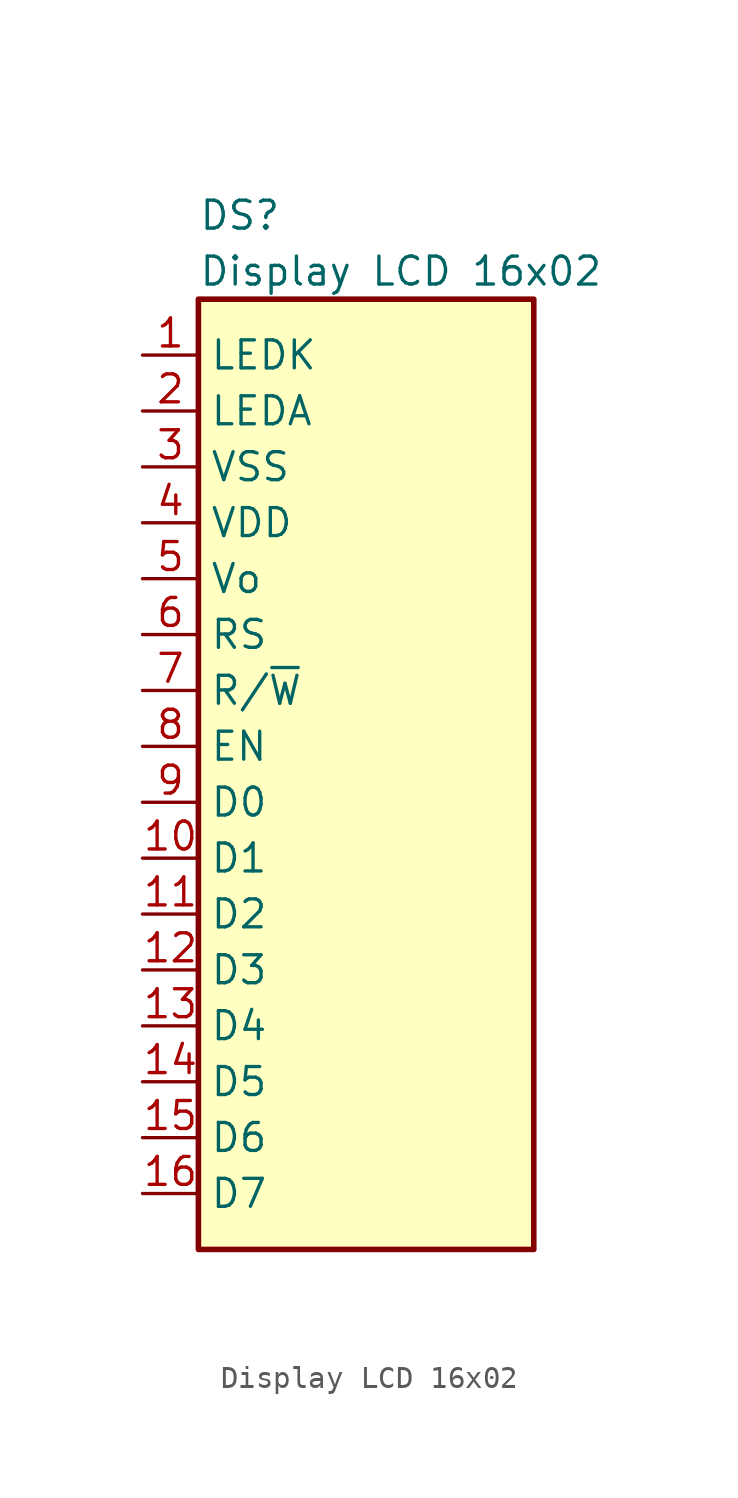
<source format=kicad_sym>
(kicad_symbol_lib
  (version 20220914)
  (generator kicad_symbol_editor)
  (symbol "Display LCD 16x02"
    (property "Reference" "DS"
      (at -7.62 25.4 0)
      (effects (font (size 1.27 1.27)) (justify left)))
    (property "Value" "Display LCD 16x02"
      (at -7.62 22.86 0)
      (effects (font (size 1.27 1.27)) (justify left)))
    (property "Manufacturer" ""
      (at 0 0 0)
      (effects (font (size 1.27 1.27)) (justify left)))
    (property "Manufacturer Part Number" ""
      (at 0 0 0)
      (effects (font (size 1.27 1.27)) (justify left)))
    (symbol "Display LCD 16x02_0_1"
      (rectangle (start -7.62 21.59) (end 7.62 -21.59) (stroke (width 0.254) (type default)) (fill (type background))))
    (symbol "Display LCD 16x02_1_1"
      (pin passive line (at -10.16 19.05 0) (length 2.54) (name "LEDK" (effects (font (size 1.27 1.27)))) (number "1" (effects (font (size 1.27 1.27)))))
      (pin bidirectional line (at -10.16 -3.81 0) (length 2.54) (name "D1" (effects (font (size 1.27 1.27)))) (number "10" (effects (font (size 1.27 1.27)))))
      (pin bidirectional line (at -10.16 -6.35 0) (length 2.54) (name "D2" (effects (font (size 1.27 1.27)))) (number "11" (effects (font (size 1.27 1.27)))))
      (pin bidirectional line (at -10.16 -8.89 0) (length 2.54) (name "D3" (effects (font (size 1.27 1.27)))) (number "12" (effects (font (size 1.27 1.27)))))
      (pin bidirectional line (at -10.16 -11.43 0) (length 2.54) (name "D4" (effects (font (size 1.27 1.27)))) (number "13" (effects (font (size 1.27 1.27)))))
      (pin bidirectional line (at -10.16 -13.97 0) (length 2.54) (name "D5" (effects (font (size 1.27 1.27)))) (number "14" (effects (font (size 1.27 1.27)))))
      (pin bidirectional line (at -10.16 -16.51 0) (length 2.54) (name "D6" (effects (font (size 1.27 1.27)))) (number "15" (effects (font (size 1.27 1.27)))))
      (pin bidirectional line (at -10.16 -19.05 0) (length 2.54) (name "D7" (effects (font (size 1.27 1.27)))) (number "16" (effects (font (size 1.27 1.27)))))
      (pin passive line (at -10.16 16.51 0) (length 2.54) (name "LEDA" (effects (font (size 1.27 1.27)))) (number "2" (effects (font (size 1.27 1.27)))))
      (pin power_in line (at -10.16 13.97 0) (length 2.54) (name "VSS" (effects (font (size 1.27 1.27)))) (number "3" (effects (font (size 1.27 1.27)))))
      (pin power_in line (at -10.16 11.43 0) (length 2.54) (name "VDD" (effects (font (size 1.27 1.27)))) (number "4" (effects (font (size 1.27 1.27)))))
      (pin input line (at -10.16 8.89 0) (length 2.54) (name "Vo" (effects (font (size 1.27 1.27)))) (number "5" (effects (font (size 1.27 1.27)))))
      (pin input line (at -10.16 6.35 0) (length 2.54) (name "RS" (effects (font (size 1.27 1.27)))) (number "6" (effects (font (size 1.27 1.27)))))
      (pin input line (at -10.16 3.81 0) (length 2.54) (name "R/~{W}" (effects (font (size 1.27 1.27)))) (number "7" (effects (font (size 1.27 1.27)))))
      (pin input line (at -10.16 1.27 0) (length 2.54) (name "EN" (effects (font (size 1.27 1.27)))) (number "8" (effects (font (size 1.27 1.27)))))
      (pin bidirectional line (at -10.16 -1.27 0) (length 2.54) (name "D0" (effects (font (size 1.27 1.27)))) (number "9" (effects (font (size 1.27 1.27))))))))
</source>
